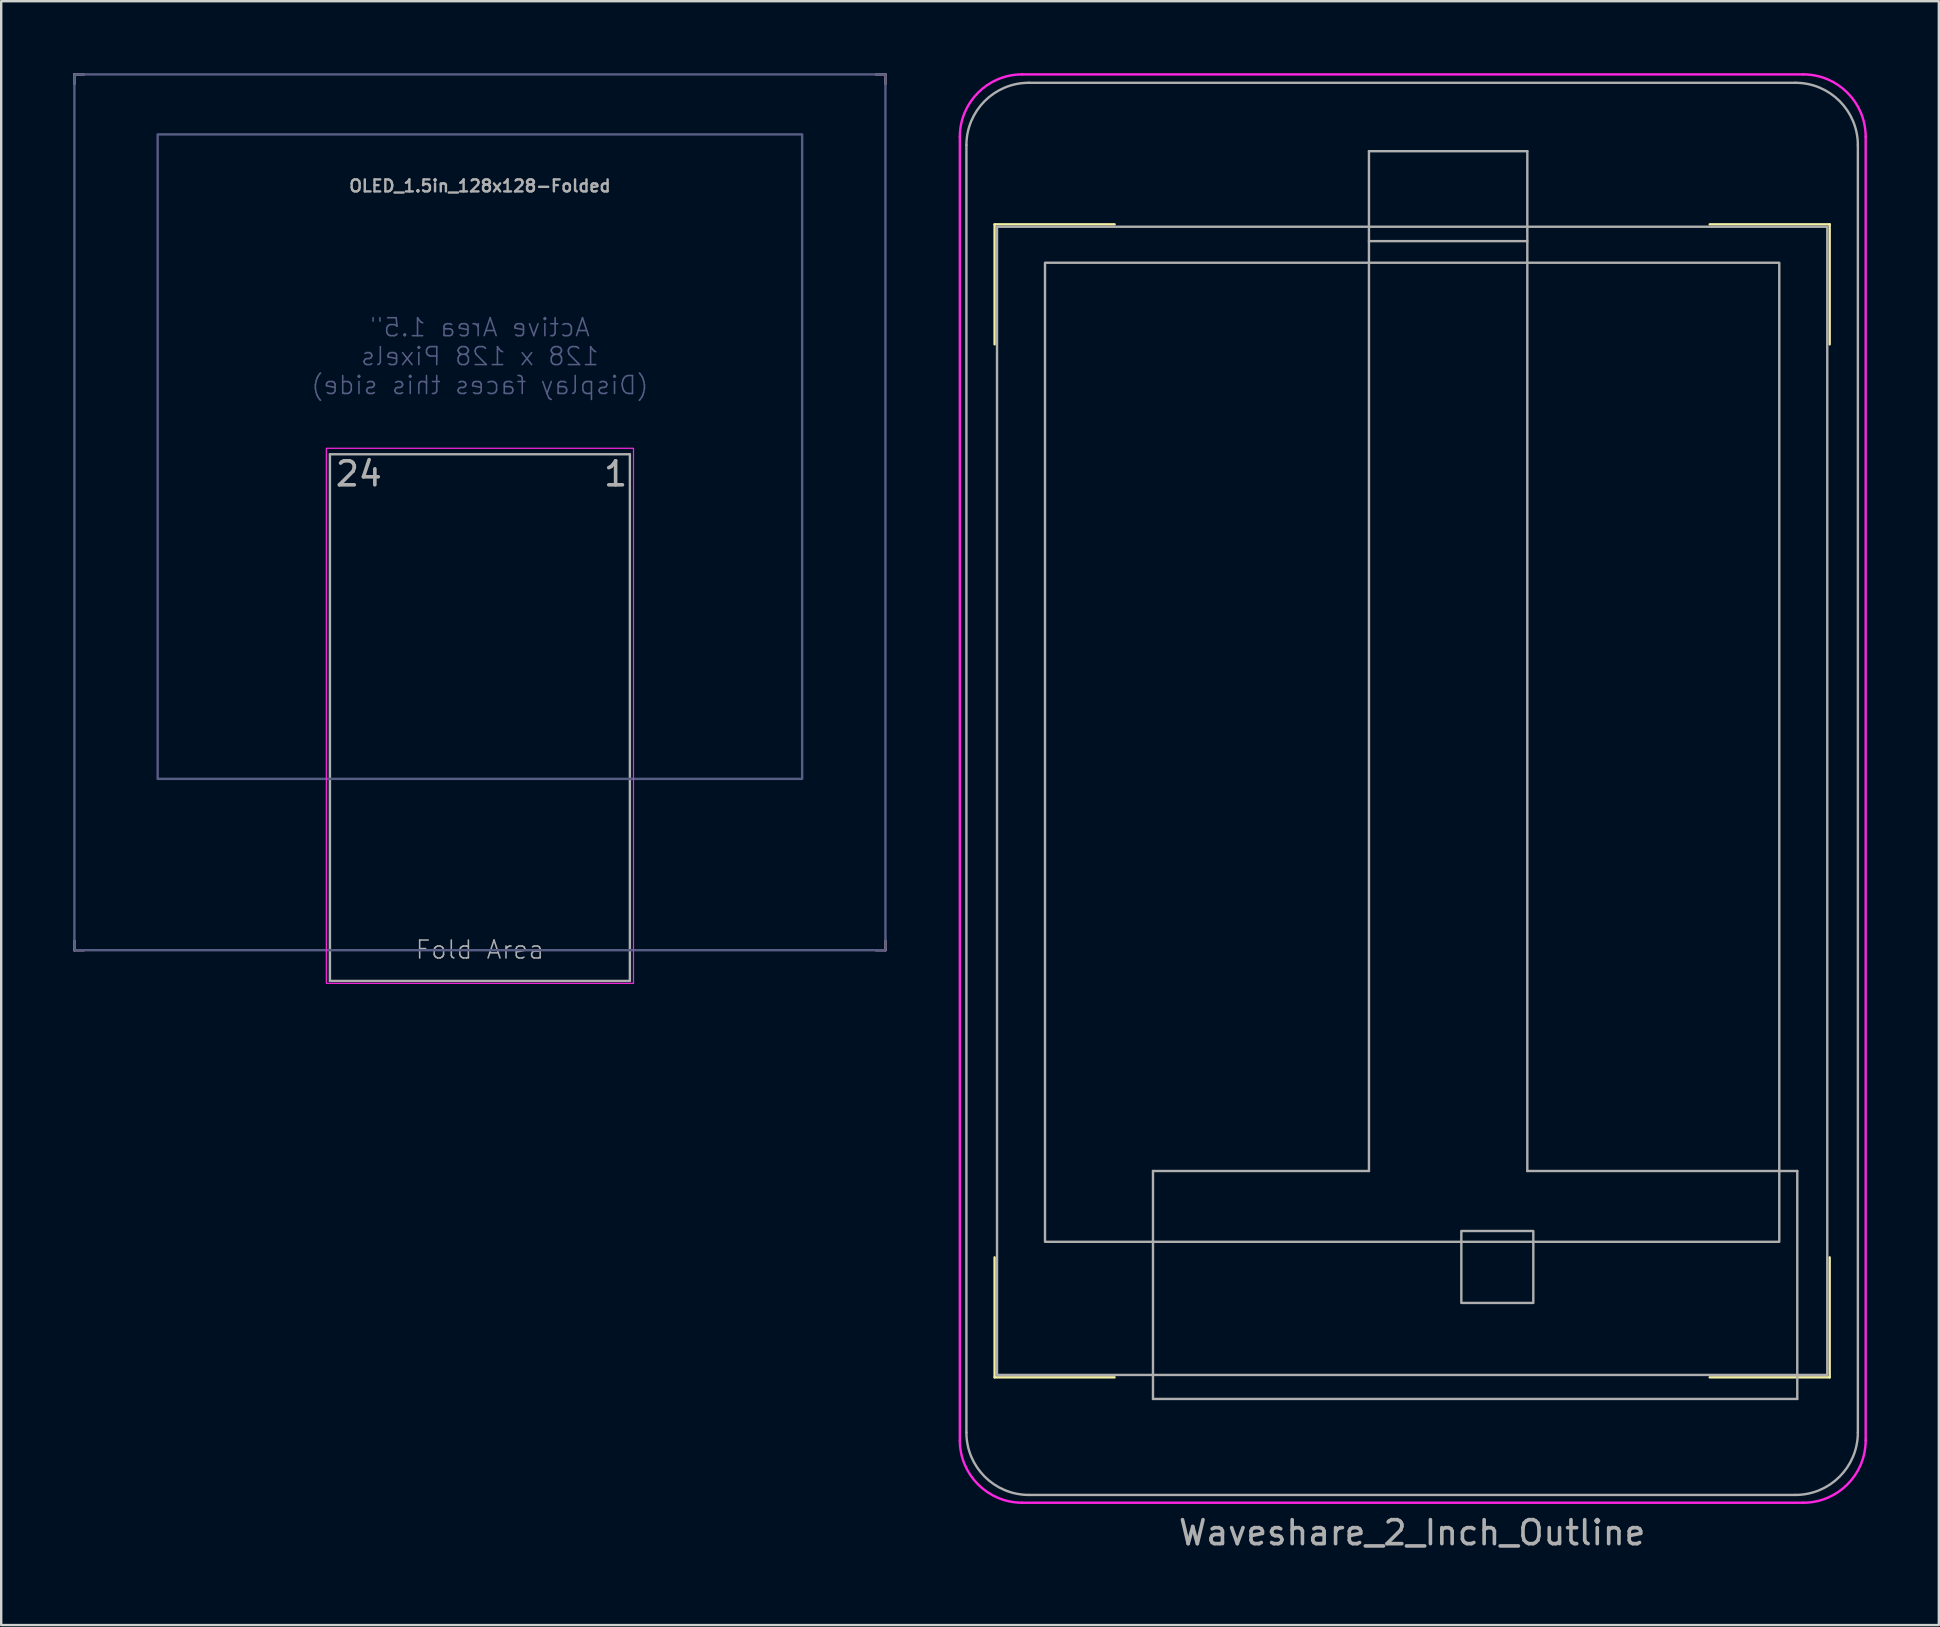
<source format=kicad_pcb>
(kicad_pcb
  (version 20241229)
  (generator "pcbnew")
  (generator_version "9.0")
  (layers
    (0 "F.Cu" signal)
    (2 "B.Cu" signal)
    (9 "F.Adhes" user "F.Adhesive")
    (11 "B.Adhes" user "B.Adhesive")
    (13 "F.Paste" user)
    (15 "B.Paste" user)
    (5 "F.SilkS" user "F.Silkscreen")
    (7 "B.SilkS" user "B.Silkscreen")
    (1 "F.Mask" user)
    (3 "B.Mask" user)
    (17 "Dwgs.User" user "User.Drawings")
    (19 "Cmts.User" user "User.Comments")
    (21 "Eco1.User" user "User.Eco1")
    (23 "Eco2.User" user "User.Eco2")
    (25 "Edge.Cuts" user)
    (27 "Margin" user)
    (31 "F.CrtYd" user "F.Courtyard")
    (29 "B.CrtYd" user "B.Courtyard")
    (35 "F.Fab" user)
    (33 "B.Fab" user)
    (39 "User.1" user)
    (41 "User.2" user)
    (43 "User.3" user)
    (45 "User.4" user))
  (footprint "Waveshare_2_Inch_Outline"
    (layer "F.Cu")
    (at 55.8 29.825)
    (property "Reference" "Waveshare_2_Inch_Outline" (at 0 31 0) (unlocked yes) (layer "F.Fab") (effects (font (size 1 1) (thickness 0.15))))
    (fp_line (start -17.4 -23.525) (end -12.4 -23.525) (stroke (width 0.1) (type default)) (layer "F.SilkS"))
    (fp_line (start -17.4 -18.525) (end -17.4 -23.525) (stroke (width 0.1) (type default)) (layer "F.SilkS"))
    (fp_line (start -17.4 24.525) (end -17.4 19.525) (stroke (width 0.1) (type default)) (layer "F.SilkS"))
    (fp_line (start -12.4 24.525) (end -17.4 24.525) (stroke (width 0.1) (type default)) (layer "F.SilkS"))
    (fp_line (start 12.4 -23.525) (end 17.4 -23.525) (stroke (width 0.1) (type default)) (layer "F.SilkS"))
    (fp_line (start 17.4 -23.525) (end 17.4 -18.525) (stroke (width 0.1) (type default)) (layer "F.SilkS"))
    (fp_line (start 17.4 19.525) (end 17.4 24.525) (stroke (width 0.1) (type default)) (layer "F.SilkS"))
    (fp_line (start 17.4 24.525) (end 12.4 24.525) (stroke (width 0.1) (type default)) (layer "F.SilkS"))
    (fp_line (start -18.85 27.15) (end -18.85 -27.175) (stroke (width 0.1) (type default)) (layer "F.CrtYd"))
    (fp_line (start -16.25 29.75) (end 16.3 29.75) (stroke (width 0.1) (type default)) (layer "F.CrtYd"))
    (fp_line (start 16.3 -29.775) (end -16.25 -29.775) (stroke (width 0.1) (type default)) (layer "F.CrtYd"))
    (fp_line (start 18.9 27.15) (end 18.9 -27.175) (stroke (width 0.1) (type default)) (layer "F.CrtYd"))
    (fp_arc (start -18.85 -27.175) (mid -18.088478 -29.013478) (end -16.25 -29.775) (stroke (width 0.1) (type default)) (layer "F.CrtYd"))
    (fp_arc (start -16.25 29.75) (mid -18.088478 28.988478) (end -18.85 27.15) (stroke (width 0.1) (type default)) (layer "F.CrtYd"))
    (fp_arc (start 16.3 -29.775) (mid 18.138478 -29.013478) (end 18.9 -27.175) (stroke (width 0.1) (type default)) (layer "F.CrtYd"))
    (fp_arc (start 18.9 27.15) (mid 18.138478 28.988478) (end 16.3 29.75) (stroke (width 0.1) (type default)) (layer "F.CrtYd"))
    (fp_line (start -18.575 -26.825) (end -18.575 26.825) (stroke (width 0.1) (type default)) (layer "F.Fab"))
    (fp_line (start -15.975 29.425) (end 15.975 29.425) (stroke (width 0.1) (type default)) (layer "F.Fab"))
    (fp_line (start -10.8 15.925) (end -10.8 25.425) (stroke (width 0.1) (type default)) (layer "F.Fab"))
    (fp_line (start -10.8 15.925) (end -1.8 15.925) (stroke (width 0.1) (type default)) (layer "F.Fab"))
    (fp_line (start -10.8 25.425) (end 16.05 25.425) (stroke (width 0.1) (type default)) (layer "F.Fab"))
    (fp_line (start -1.8 -26.575) (end -1.8 15.925) (stroke (width 0.1) (type default)) (layer "F.Fab"))
    (fp_line (start -1.8 -26.575) (end 4.8 -26.575) (stroke (width 0.1) (type default)) (layer "F.Fab"))
    (fp_line (start -1.8 -22.825) (end 4.8 -22.825) (stroke (width 0.1) (type default)) (layer "F.Fab"))
    (fp_line (start 4.8 -26.575) (end 4.8 15.925) (stroke (width 0.1) (type default)) (layer "F.Fab"))
    (fp_line (start 4.8 15.925) (end 16.05 15.925) (stroke (width 0.1) (type default)) (layer "F.Fab"))
    (fp_line (start 15.975 -29.425) (end -15.975 -29.425) (stroke (width 0.1) (type default)) (layer "F.Fab"))
    (fp_line (start 16.05 15.925) (end 16.05 25.425) (stroke (width 0.1) (type default)) (layer "F.Fab"))
    (fp_line (start 18.575 26.825) (end 18.575 -26.825) (stroke (width 0.1) (type default)) (layer "F.Fab"))
    (fp_rect (start -17.3 -23.425) (end 17.3 24.425) (stroke (width 0.1) (type default)) (fill no) (layer "F.Fab"))
    (fp_rect (start -15.3 -21.925) (end 15.3 18.875) (stroke (width 0.1) (type default)) (fill no) (layer "F.Fab"))
    (fp_rect (start 2.05 18.425) (end 5.05 21.425) (stroke (width 0.1) (type default)) (fill no) (layer "F.Fab"))
    (fp_arc (start -18.575 -26.825) (mid -17.813478 -28.663478) (end -15.975 -29.425) (stroke (width 0.1) (type default)) (layer "F.Fab"))
    (fp_arc (start -15.975 29.425) (mid -17.813478 28.663478) (end -18.575 26.825) (stroke (width 0.1) (type default)) (layer "F.Fab"))
    (fp_arc (start 15.975 -29.425) (mid 17.813478 -28.663478) (end 18.575 -26.825) (stroke (width 0.1) (type default)) (layer "F.Fab"))
    (fp_arc (start 18.575 26.825) (mid 17.813478 28.663478) (end 15.975 29.425) (stroke (width 0.1) (type default)) (layer "F.Fab"))
    (fp_line (start -13 -18.5) (end -13 -16.5) (stroke (width 0.1) (type default)) (layer "User.2"))
    (fp_line (start -13 -16.5) (end -13.5 -17) (stroke (width 0.1) (type default)) (layer "User.2"))
    (fp_line (start -13 -16.5) (end -12.5 -17) (stroke (width 0.1) (type default)) (layer "User.2"))
    (fp_line (start -10 -20.5) (end -8 -20.5) (stroke (width 0.1) (type default)) (layer "User.2"))
    (fp_line (start -8 -20.5) (end -8.5 -21) (stroke (width 0.1) (type default)) (layer "User.2"))
    (fp_line (start -8 -20.5) (end -8.5 -20) (stroke (width 0.1) (type default)) (layer "User.2"))
    (fp_line (start -1.8 -24.075) (end 4.8 -24.075) (stroke (width 0.1) (type default)) (layer "User.2"))
    (fp_line (start -18.575 0) (end 18.575 0) (stroke (width 0.1) (type default)) (layer "User.8"))
    (fp_line (start 0 -29.425) (end 0 29.425) (stroke (width 0.1) (type default)) (layer "User.8"))
    (fp_text user "y" (at -12 -18.5 0) (unlocked yes) (layer "User.2") (effects (font (size 1 1) (thickness 0.15))))
    (fp_text user "Screen Area" (at 10.5 -21 0) (unlocked yes) (layer "User.2") (effects (font (size 1 1) (thickness 0.15))))
    (fp_text user "21" (at -1.6 -25.9 180) (unlocked yes) (layer "User.2") (effects (font (size 1 1) (thickness 0.15)) (justify left bottom mirror)))
    (fp_text user "Bezel" (at 15.5 -28 0) (unlocked yes) (layer "User.2") (effects (font (size 1 1) (thickness 0.15))))
    (fp_text user "(0,0)" (at -13 -20.5 0) (unlocked yes) (layer "User.2") (effects (font (size 1 1) (thickness 0.15))))
    (fp_text user "TC" (at 3.5 20 0) (unlocked yes) (layer "User.2") (effects (font (size 1 1) (thickness 0.15))))
    (fp_text user "x" (at -10 -19.5 0) (unlocked yes) (layer "User.2") (effects (font (size 1 1) (thickness 0.15))))
    (fp_text user "Metal Can" (at 13.1 -22.6 0) (unlocked yes) (layer "User.2") (effects (font (size 1 1) (thickness 0.15))))
    (fp_text user "1" (at 3.7 -26 180) (unlocked yes) (layer "User.2") (effects (font (size 1 1) (thickness 0.15)) (justify left bottom mirror)))
    (fp_text user "FPC" (at 1.5 -20.5 0) (unlocked yes) (layer "User.2") (effects (font (size 1 1) (thickness 0.15)))))
  (footprint "OLED_1.5in_128x128-Folded"
    (layer "F.Cu")
    (at 16.95 17.03)
    (property "Reference" "OLED_1.5in_128x128-Folded" (at 0 -12.33 0) (unlocked yes) (layer "F.Fab") (effects (font (size 0.5 0.5) (thickness 0.1))))
    (fp_line (start -16.9 -16.98) (end -16.5 -16.98) (stroke (width 0.1) (type default)) (layer "B.SilkS"))
    (fp_line (start -16.9 -16.58) (end -16.9 -16.98) (stroke (width 0.1) (type default)) (layer "B.SilkS"))
    (fp_line (start -16.9 19.52) (end -16.9 19.12) (stroke (width 0.1) (type default)) (layer "B.SilkS"))
    (fp_line (start -16.5 19.52) (end -16.9 19.52) (stroke (width 0.1) (type default)) (layer "B.SilkS"))
    (fp_line (start 16.5 -16.98) (end 16.9 -16.98) (stroke (width 0.1) (type default)) (layer "B.SilkS"))
    (fp_line (start 16.9 -16.98) (end 16.9 -16.58) (stroke (width 0.1) (type default)) (layer "B.SilkS"))
    (fp_line (start 16.9 19.12) (end 16.9 19.52) (stroke (width 0.1) (type default)) (layer "B.SilkS"))
    (fp_line (start 16.9 19.52) (end 16.5 19.52) (stroke (width 0.1) (type default)) (layer "B.SilkS"))
    (fp_rect (start -6.4 -1.4) (end 6.4 20.9) (stroke (width 0.05) (type default)) (fill no) (layer "F.CrtYd"))
    (fp_rect (start -16.9 -16.98) (end 16.9 19.52) (stroke (width 0.1) (type default)) (fill no) (layer "B.Fab"))
    (fp_rect (start -13.43 -14.48) (end 13.43 12.38) (stroke (width 0.1) (type default)) (fill no) (layer "B.Fab"))
    (fp_line (start -6.25 20.8) (end -6.25 -1.15) (stroke (width 0.1) (type default)) (layer "F.Fab"))
    (fp_line (start 6.25 -1.15) (end -6.25 -1.15) (stroke (width 0.1) (type default)) (layer "F.Fab"))
    (fp_line (start 6.25 -1.15) (end 6.25 20.8) (stroke (width 0.1) (type default)) (layer "F.Fab"))
    (fp_line (start 6.25 20.8) (end -6.25 20.8) (stroke (width 0.1) (type default)) (layer "F.Fab"))
    (fp_text user "Active Area 1.5\"\n128 x 128 Pixels\n(Display faces this side)" (at 0 -5.23 0) (unlocked yes) (layer "B.Fab") (effects (font (size 0.748 0.748) (thickness 0.065)) (justify mirror)))
    (fp_text user "Fold Area" (at 0 19.5 0) (unlocked yes) (layer "F.Fab") (effects (font (size 0.748 0.748) (thickness 0.065))))
    (fp_text user "1" (at 5.08 0.254 0) (unlocked yes) (layer "F.Fab") (effects (font (size 1 1) (thickness 0.15)) (justify left bottom)))
    (fp_text user "24" (at -6.096 0.254 0) (unlocked yes) (layer "F.Fab") (effects (font (size 1 1) (thickness 0.15)) (justify left bottom))))
  (gr_rect
    (start -3 -3)
    (end 77.75 64.673)
    (stroke (width 0.1) (type default))
    (fill no)
    (layer "Edge.Cuts")))
</source>
